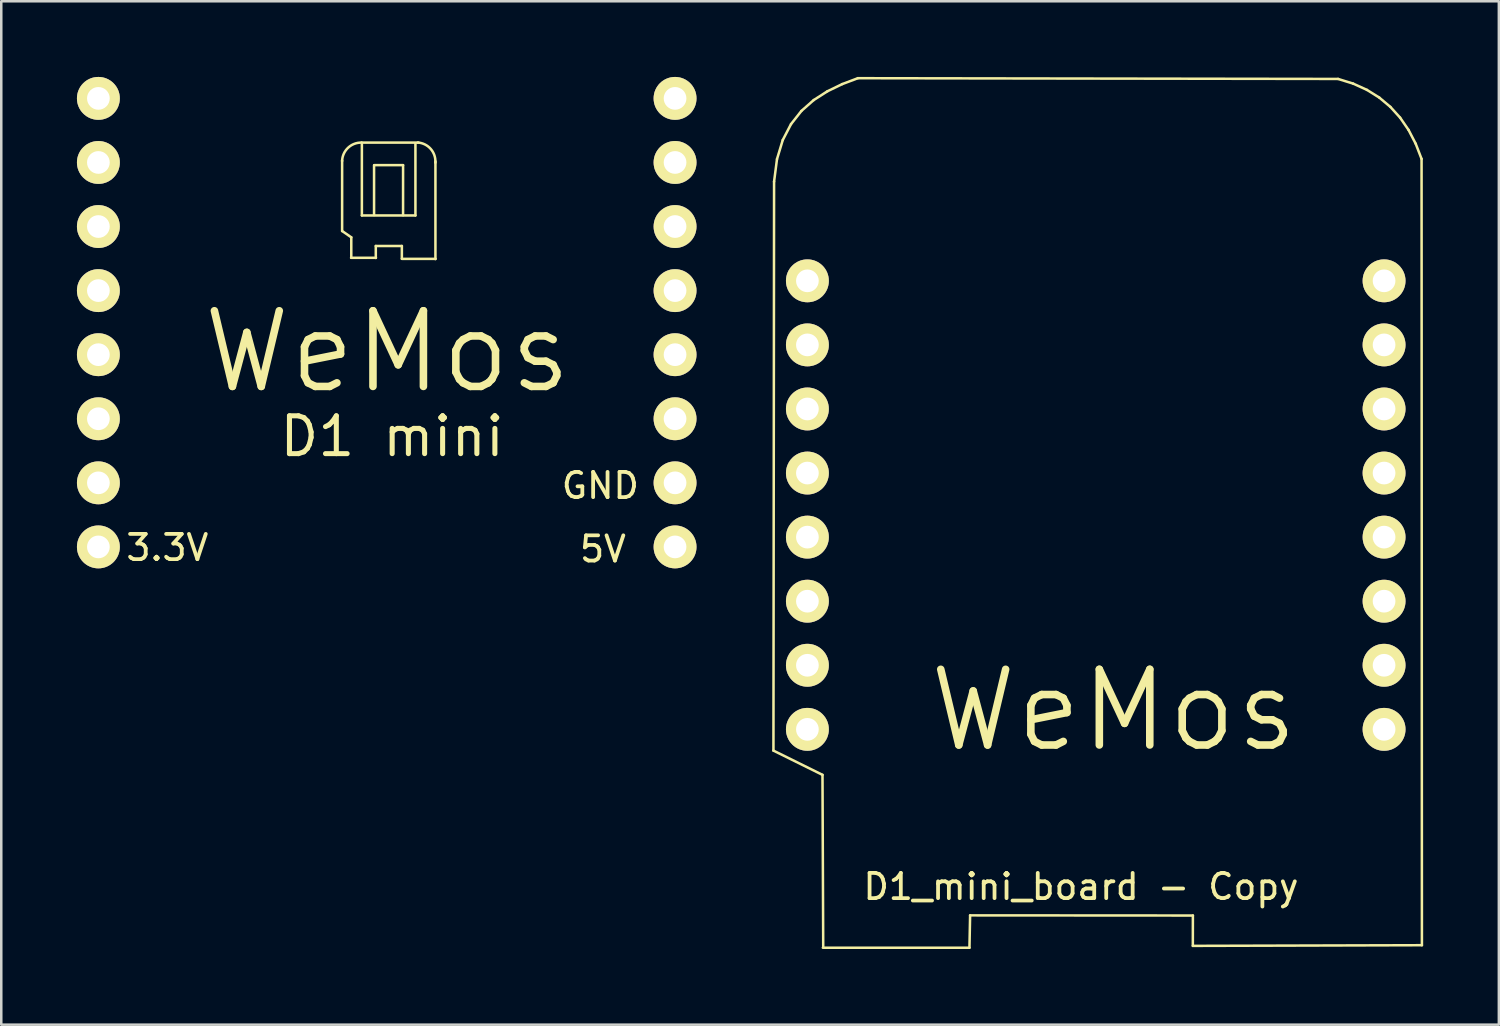
<source format=kicad_pcb>
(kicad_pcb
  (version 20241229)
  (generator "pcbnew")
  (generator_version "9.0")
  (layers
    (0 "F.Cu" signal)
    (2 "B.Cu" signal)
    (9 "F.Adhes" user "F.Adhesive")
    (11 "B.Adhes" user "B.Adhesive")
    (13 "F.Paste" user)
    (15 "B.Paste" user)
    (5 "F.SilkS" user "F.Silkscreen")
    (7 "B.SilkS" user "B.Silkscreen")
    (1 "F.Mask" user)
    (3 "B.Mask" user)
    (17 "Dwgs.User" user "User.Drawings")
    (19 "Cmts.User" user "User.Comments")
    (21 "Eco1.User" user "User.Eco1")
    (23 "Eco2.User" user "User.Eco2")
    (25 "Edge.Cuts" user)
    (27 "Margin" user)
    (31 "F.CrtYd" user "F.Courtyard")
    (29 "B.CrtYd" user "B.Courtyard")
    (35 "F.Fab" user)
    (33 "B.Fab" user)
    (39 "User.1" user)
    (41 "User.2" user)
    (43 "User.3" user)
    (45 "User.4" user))
  (footprint "D1_mini_board - Copy"
    (layer "F.Cu")
    (at 33.617 18.242)
    (property "Reference" "D1_mini_board - Copy" (at 6.185 13.856 0) (layer "F.SilkS") (effects (font (size 1 1) (thickness 0.15))))
    (attr through_hole)
    (fp_line (start -6.007 8.463) (end -4.063 9.424) (stroke (width 0.1) (type solid)) (layer "F.SilkS"))
    (fp_line (start -5.982 -14.092) (end -6.007 8.463) (stroke (width 0.1) (type solid)) (layer "F.SilkS"))
    (fp_line (start -5.866 -14.985) (end -5.982 -14.092) (stroke (width 0.1) (type solid)) (layer "F.SilkS"))
    (fp_line (start -5.638 -15.74) (end -5.866 -14.985) (stroke (width 0.1) (type solid)) (layer "F.SilkS"))
    (fp_line (start -5.311 -16.371) (end -5.638 -15.74) (stroke (width 0.1) (type solid)) (layer "F.SilkS"))
    (fp_line (start -4.898 -16.895) (end -5.311 -16.371) (stroke (width 0.1) (type solid)) (layer "F.SilkS"))
    (fp_line (start -4.412 -17.324) (end -4.898 -16.895) (stroke (width 0.1) (type solid)) (layer "F.SilkS"))
    (fp_line (start -4.063 9.424) (end -4.034 16.233) (stroke (width 0.1) (type solid)) (layer "F.SilkS"))
    (fp_line (start -4.048 16.277) (end 1.763 16.277) (stroke (width 0.1) (type solid)) (layer "F.SilkS"))
    (fp_line (start -3.869 -17.673) (end -4.412 -17.324) (stroke (width 0.1) (type solid)) (layer "F.SilkS"))
    (fp_line (start -3.281 -17.958) (end -3.869 -17.673) (stroke (width 0.1) (type solid)) (layer "F.SilkS"))
    (fp_line (start -2.661 -18.192) (end -3.281 -17.958) (stroke (width 0.1) (type solid)) (layer "F.SilkS"))
    (fp_line (start 1.763 16.277) (end 1.789 14.994) (stroke (width 0.1) (type solid)) (layer "F.SilkS"))
    (fp_line (start 1.789 14.994) (end 10.62 15) (stroke (width 0.1) (type solid)) (layer "F.SilkS"))
    (fp_line (start 10.618 16.203) (end 19.699 16.177) (stroke (width 0.1) (type solid)) (layer "F.SilkS"))
    (fp_line (start 10.62 15) (end 10.618 16.203) (stroke (width 0.1) (type solid)) (layer "F.SilkS"))
    (fp_line (start 16.376 -18.163) (end -2.661 -18.192) (stroke (width 0.1) (type solid)) (layer "F.SilkS"))
    (fp_line (start 16.974 -17.977) (end 16.376 -18.163) (stroke (width 0.1) (type solid)) (layer "F.SilkS"))
    (fp_line (start 17.518 -17.73) (end 16.974 -17.977) (stroke (width 0.1) (type solid)) (layer "F.SilkS"))
    (fp_line (start 18.01 -17.423) (end 17.518 -17.73) (stroke (width 0.1) (type solid)) (layer "F.SilkS"))
    (fp_line (start 18.448 -17.055) (end 18.01 -17.423) (stroke (width 0.1) (type solid)) (layer "F.SilkS"))
    (fp_line (start 18.834 -16.628) (end 18.448 -17.055) (stroke (width 0.1) (type solid)) (layer "F.SilkS"))
    (fp_line (start 19.169 -16.141) (end 18.834 -16.628) (stroke (width 0.1) (type solid)) (layer "F.SilkS"))
    (fp_line (start 19.452 -15.596) (end 19.169 -16.141) (stroke (width 0.1) (type solid)) (layer "F.SilkS"))
    (fp_line (start 19.685 -14.993) (end 19.452 -15.596) (stroke (width 0.1) (type solid)) (layer "F.SilkS"))
    (fp_line (start 19.699 16.177) (end 19.685 -14.993) (stroke (width 0.1) (type solid)) (layer "F.SilkS"))
    (fp_text user "WeMos" (at 7.483 6.868 0) (layer "F.SilkS") (effects (font (size 3 3) (thickness 0.3))))
    (pad "1" thru_hole circle (at 18.199 7.62) (size 1.7 1.7) (drill 0.9) (layers "*.Cu" "*.Mask" "F.SilkS"))
    (pad "2" thru_hole circle (at 18.199 5.08) (size 1.7 1.7) (drill 0.9) (layers "*.Cu" "*.Mask" "F.SilkS"))
    (pad "3" thru_hole circle (at 18.199 2.54) (size 1.7 1.7) (drill 0.9) (layers "*.Cu" "*.Mask" "F.SilkS"))
    (pad "4" thru_hole circle (at 18.199 0) (size 1.7 1.7) (drill 0.9) (layers "*.Cu" "*.Mask" "F.SilkS"))
    (pad "5" thru_hole circle (at 18.199 -2.54) (size 1.7 1.7) (drill 0.9) (layers "*.Cu" "*.Mask" "F.SilkS"))
    (pad "6" thru_hole circle (at 18.199 -5.08) (size 1.7 1.7) (drill 0.9) (layers "*.Cu" "*.Mask" "F.SilkS"))
    (pad "7" thru_hole circle (at 18.199 -7.62) (size 1.7 1.7) (drill 0.9) (layers "*.Cu" "*.Mask" "F.SilkS"))
    (pad "8" thru_hole circle (at 18.199 -10.16) (size 1.7 1.7) (drill 0.9) (layers "*.Cu" "*.Mask" "F.SilkS"))
    (pad "9" thru_hole circle (at -4.661 -10.16) (size 1.7 1.7) (drill 0.9) (layers "*.Cu" "*.Mask" "F.SilkS"))
    (pad "10" thru_hole circle (at -4.661 -7.62) (size 1.7 1.7) (drill 0.9) (layers "*.Cu" "*.Mask" "F.SilkS"))
    (pad "11" thru_hole circle (at -4.661 -5.08) (size 1.7 1.7) (drill 0.9) (layers "*.Cu" "*.Mask" "F.SilkS"))
    (pad "12" thru_hole circle (at -4.661 -2.54) (size 1.7 1.7) (drill 0.9) (layers "*.Cu" "*.Mask" "F.SilkS"))
    (pad "13" thru_hole circle (at -4.661 0) (size 1.7 1.7) (drill 0.9) (layers "*.Cu" "*.Mask" "F.SilkS"))
    (pad "14" thru_hole circle (at -4.661 2.54) (size 1.7 1.7) (drill 0.9) (layers "*.Cu" "*.Mask" "F.SilkS"))
    (pad "15" thru_hole circle (at -4.661 5.08) (size 1.7 1.7) (drill 0.9) (layers "*.Cu" "*.Mask" "F.SilkS"))
    (pad "16" thru_hole circle (at -4.661 7.62) (size 1.7 1.7) (drill 0.9) (layers "*.Cu" "*.Mask" "F.SilkS")))
  (footprint "D1_mini_board"
    (layer "F.Cu")
    (at 5.511 11.01)
    (property "Reference" "D1_mini_board" (at 18.225 7.696 0) (layer "F.SilkS") (effects (font (size 0.127 0.127) (thickness 0.032))))
    (attr through_hole)
    (fp_line (start 5.001 -4.903) (end 5.001 -7.697) (stroke (width 0.1) (type solid)) (layer "F.SilkS"))
    (fp_line (start 5.357 -3.84) (end 6.342 -3.84) (stroke (width 0.1) (type solid)) (layer "F.SilkS"))
    (fp_line (start 5.364 -4.652) (end 5.001 -4.903) (stroke (width 0.1) (type solid)) (layer "F.SilkS"))
    (fp_line (start 5.364 -3.842) (end 5.364 -4.652) (stroke (width 0.1) (type solid)) (layer "F.SilkS"))
    (fp_line (start 5.772 -8.408) (end 8.028 -8.408) (stroke (width 0.1) (type solid)) (layer "F.SilkS"))
    (fp_line (start 5.784 -8.341) (end 5.784 -5.519) (stroke (width 0.1) (type solid)) (layer "F.SilkS"))
    (fp_line (start 5.784 -5.519) (end 7.907 -5.519) (stroke (width 0.1) (type solid)) (layer "F.SilkS"))
    (fp_line (start 6.267 -7.507) (end 6.267 -5.536) (stroke (width 0.1) (type solid)) (layer "F.SilkS"))
    (fp_line (start 6.272 -7.513) (end 7.417 -7.513) (stroke (width 0.1) (type solid)) (layer "F.SilkS"))
    (fp_line (start 6.336 -4.309) (end 6.336 -3.834) (stroke (width 0.1) (type solid)) (layer "F.SilkS"))
    (fp_line (start 7.369 -4.309) (end 6.336 -4.309) (stroke (width 0.1) (type solid)) (layer "F.SilkS"))
    (fp_line (start 7.369 -3.806) (end 7.369 -4.309) (stroke (width 0.1) (type solid)) (layer "F.SilkS"))
    (fp_line (start 7.369 -3.799) (end 8.705 -3.799) (stroke (width 0.1) (type solid)) (layer "F.SilkS"))
    (fp_line (start 7.417 -7.513) (end 7.417 -5.529) (stroke (width 0.1) (type solid)) (layer "F.SilkS"))
    (fp_line (start 7.907 -5.519) (end 7.907 -8.369) (stroke (width 0.1) (type solid)) (layer "F.SilkS"))
    (fp_line (start 8.7 -3.789) (end 8.7 -7.66) (stroke (width 0.1) (type solid)) (layer "F.SilkS"))
    (fp_arc (start 5 -7.675) (mid 5.236398 -8.201715) (end 5.776 -8.407) (stroke (width 0.1) (type solid)) (layer "F.SilkS"))
    (fp_arc (start 8.001 -8.41) (mid 8.514271 -8.155146) (end 8.697 -7.612) (stroke (width 0.1) (type solid)) (layer "F.SilkS"))
    (fp_text user "D1 mini" (at 6.985 3.239 0) (layer "F.SilkS") (effects (font (size 1.5 1.5) (thickness 0.2))))
    (fp_text user "WeMos" (at 6.795 -0.114 0) (layer "F.SilkS") (effects (font (size 3 3) (thickness 0.3))))
    (fp_text user "3.3V" (at -1.928 7.65 0) (layer "F.SilkS") (effects (font (size 1 1) (thickness 0.15))))
    (fp_text user "5V" (at 15.339 7.706 0) (layer "F.SilkS") (effects (font (size 1 1) (thickness 0.15))))
    (fp_text user "GND" (at 15.237 5.192 0) (layer "F.SilkS") (effects (font (size 1 1) (thickness 0.15))))
    (pad "1" thru_hole circle (at 18.199 7.62) (size 1.7 1.7) (drill 0.9) (layers "*.Cu" "*.Mask" "F.SilkS"))
    (pad "2" thru_hole circle (at 18.199 5.08) (size 1.7 1.7) (drill 0.9) (layers "*.Cu" "*.Mask" "F.SilkS"))
    (pad "3" thru_hole circle (at 18.199 2.54) (size 1.7 1.7) (drill 0.9) (layers "*.Cu" "*.Mask" "F.SilkS"))
    (pad "4" thru_hole circle (at 18.199 0) (size 1.7 1.7) (drill 0.9) (layers "*.Cu" "*.Mask" "F.SilkS"))
    (pad "5" thru_hole circle (at 18.199 -2.54) (size 1.7 1.7) (drill 0.9) (layers "*.Cu" "*.Mask" "F.SilkS"))
    (pad "6" thru_hole circle (at 18.199 -5.08) (size 1.7 1.7) (drill 0.9) (layers "*.Cu" "*.Mask" "F.SilkS"))
    (pad "7" thru_hole circle (at 18.199 -7.62) (size 1.7 1.7) (drill 0.9) (layers "*.Cu" "*.Mask" "F.SilkS"))
    (pad "8" thru_hole circle (at 18.199 -10.16) (size 1.7 1.7) (drill 0.9) (layers "*.Cu" "*.Mask" "F.SilkS"))
    (pad "9" thru_hole circle (at -4.661 -10.16) (size 1.7 1.7) (drill 0.9) (layers "*.Cu" "*.Mask" "F.SilkS"))
    (pad "10" thru_hole circle (at -4.661 -7.62) (size 1.7 1.7) (drill 0.9) (layers "*.Cu" "*.Mask" "F.SilkS"))
    (pad "11" thru_hole circle (at -4.661 -5.08) (size 1.7 1.7) (drill 0.9) (layers "*.Cu" "*.Mask" "F.SilkS"))
    (pad "12" thru_hole circle (at -4.661 -2.54) (size 1.7 1.7) (drill 0.9) (layers "*.Cu" "*.Mask" "F.SilkS"))
    (pad "13" thru_hole circle (at -4.661 0) (size 1.7 1.7) (drill 0.9) (layers "*.Cu" "*.Mask" "F.SilkS"))
    (pad "14" thru_hole circle (at -4.661 2.54) (size 1.7 1.7) (drill 0.9) (layers "*.Cu" "*.Mask" "F.SilkS"))
    (pad "15" thru_hole circle (at -4.661 5.08) (size 1.7 1.7) (drill 0.9) (layers "*.Cu" "*.Mask" "F.SilkS"))
    (pad "16" thru_hole circle (at -4.661 7.62) (size 1.7 1.7) (drill 0.9) (layers "*.Cu" "*.Mask" "F.SilkS")))
  (gr_rect
    (start -3 -3)
    (end 56.366 37.569)
    (stroke (width 0.1) (type default))
    (fill no)
    (layer "Edge.Cuts")))
</source>
